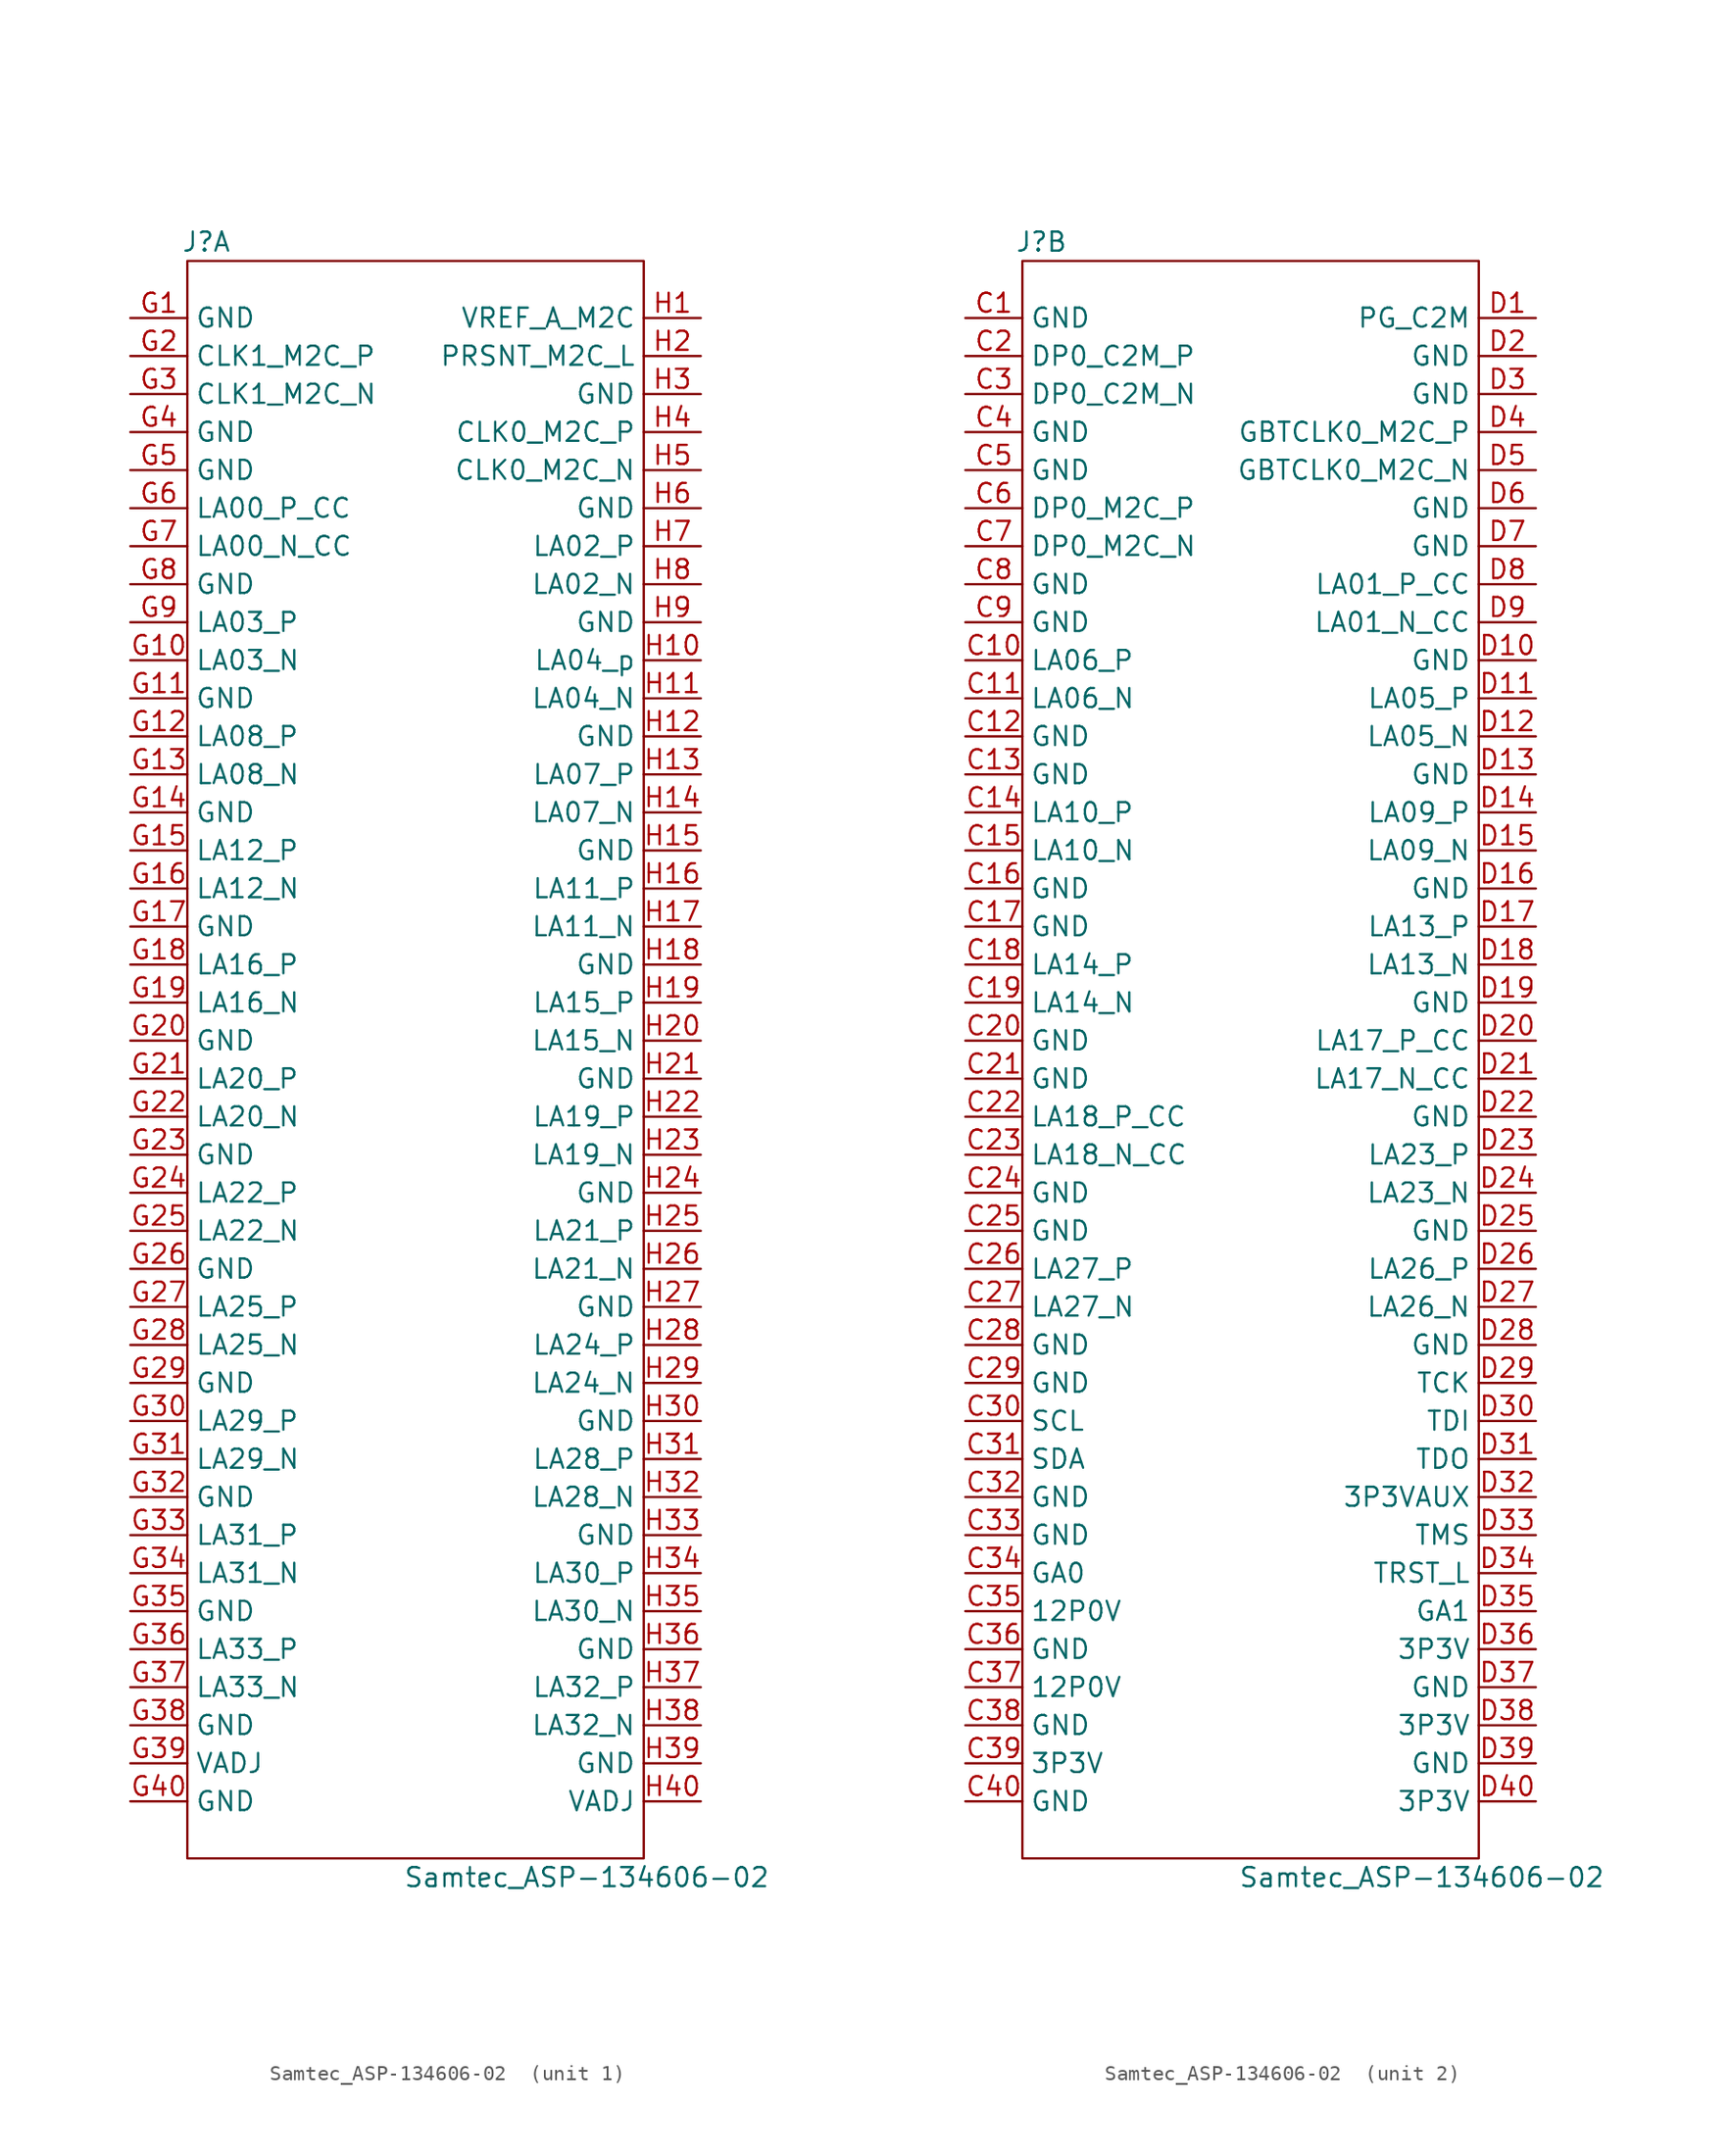
<source format=kicad_sym>
(kicad_symbol_lib
  (version 20211014)
  (generator kicad_symbol_editor)
  (symbol "Samtec_ASP-134606-02 "
    (property "Reference" "J"
      (at -13.97 54.61 0)
      (effects (font (size 1.27 1.27))))
    (property "Value" "Samtec_ASP-134606-02 "
      (at 11.43 -54.61 0)
      (effects (font (size 1.27 1.27))))
    (property "ki_locked" ""
      (at 0 0 0)
      (effects (font (size 1.27 1.27))))
    (symbol "Samtec_ASP-134606-02 _0_1"
      (rectangle (start -15.24 53.34) (end 15.24 -53.34) (stroke (width 0) (type default) (color 0 0 0 0)) (fill (type none))))
    (symbol "Samtec_ASP-134606-02 _1_1"
      (pin passive line (at -19.05 49.53 0) (length 3.81) (name "GND" (effects (font (size 1.27 1.27)))) (number "G1" (effects (font (size 1.27 1.27)))))
      (pin passive line (at -19.05 26.67 0) (length 3.81) (name "LA03_N" (effects (font (size 1.27 1.27)))) (number "G10" (effects (font (size 1.27 1.27)))))
      (pin passive line (at -19.05 24.13 0) (length 3.81) (name "GND" (effects (font (size 1.27 1.27)))) (number "G11" (effects (font (size 1.27 1.27)))))
      (pin passive line (at -19.05 21.59 0) (length 3.81) (name "LA08_P" (effects (font (size 1.27 1.27)))) (number "G12" (effects (font (size 1.27 1.27)))))
      (pin passive line (at -19.05 19.05 0) (length 3.81) (name "LA08_N" (effects (font (size 1.27 1.27)))) (number "G13" (effects (font (size 1.27 1.27)))))
      (pin passive line (at -19.05 16.51 0) (length 3.81) (name "GND" (effects (font (size 1.27 1.27)))) (number "G14" (effects (font (size 1.27 1.27)))))
      (pin passive line (at -19.05 13.97 0) (length 3.81) (name "LA12_P" (effects (font (size 1.27 1.27)))) (number "G15" (effects (font (size 1.27 1.27)))))
      (pin passive line (at -19.05 11.43 0) (length 3.81) (name "LA12_N" (effects (font (size 1.27 1.27)))) (number "G16" (effects (font (size 1.27 1.27)))))
      (pin passive line (at -19.05 8.89 0) (length 3.81) (name "GND" (effects (font (size 1.27 1.27)))) (number "G17" (effects (font (size 1.27 1.27)))))
      (pin passive line (at -19.05 6.35 0) (length 3.81) (name "LA16_P" (effects (font (size 1.27 1.27)))) (number "G18" (effects (font (size 1.27 1.27)))))
      (pin passive line (at -19.05 3.81 0) (length 3.81) (name "LA16_N" (effects (font (size 1.27 1.27)))) (number "G19" (effects (font (size 1.27 1.27)))))
      (pin output line (at -19.05 46.99 0) (length 3.81) (name "CLK1_M2C_P" (effects (font (size 1.27 1.27)))) (number "G2" (effects (font (size 1.27 1.27)))))
      (pin passive line (at -19.05 1.27 0) (length 3.81) (name "GND" (effects (font (size 1.27 1.27)))) (number "G20" (effects (font (size 1.27 1.27)))))
      (pin passive line (at -19.05 -1.27 0) (length 3.81) (name "LA20_P" (effects (font (size 1.27 1.27)))) (number "G21" (effects (font (size 1.27 1.27)))))
      (pin passive line (at -19.05 -3.81 0) (length 3.81) (name "LA20_N" (effects (font (size 1.27 1.27)))) (number "G22" (effects (font (size 1.27 1.27)))))
      (pin passive line (at -19.05 -6.35 0) (length 3.81) (name "GND" (effects (font (size 1.27 1.27)))) (number "G23" (effects (font (size 1.27 1.27)))))
      (pin passive line (at -19.05 -8.89 0) (length 3.81) (name "LA22_P" (effects (font (size 1.27 1.27)))) (number "G24" (effects (font (size 1.27 1.27)))))
      (pin passive line (at -19.05 -11.43 0) (length 3.81) (name "LA22_N" (effects (font (size 1.27 1.27)))) (number "G25" (effects (font (size 1.27 1.27)))))
      (pin passive line (at -19.05 -13.97 0) (length 3.81) (name "GND" (effects (font (size 1.27 1.27)))) (number "G26" (effects (font (size 1.27 1.27)))))
      (pin passive line (at -19.05 -16.51 0) (length 3.81) (name "LA25_P" (effects (font (size 1.27 1.27)))) (number "G27" (effects (font (size 1.27 1.27)))))
      (pin passive line (at -19.05 -19.05 0) (length 3.81) (name "LA25_N" (effects (font (size 1.27 1.27)))) (number "G28" (effects (font (size 1.27 1.27)))))
      (pin passive line (at -19.05 -21.59 0) (length 3.81) (name "GND" (effects (font (size 1.27 1.27)))) (number "G29" (effects (font (size 1.27 1.27)))))
      (pin output line (at -19.05 44.45 0) (length 3.81) (name "CLK1_M2C_N" (effects (font (size 1.27 1.27)))) (number "G3" (effects (font (size 1.27 1.27)))))
      (pin passive line (at -19.05 -24.13 0) (length 3.81) (name "LA29_P" (effects (font (size 1.27 1.27)))) (number "G30" (effects (font (size 1.27 1.27)))))
      (pin passive line (at -19.05 -26.67 0) (length 3.81) (name "LA29_N" (effects (font (size 1.27 1.27)))) (number "G31" (effects (font (size 1.27 1.27)))))
      (pin passive line (at -19.05 -29.21 0) (length 3.81) (name "GND" (effects (font (size 1.27 1.27)))) (number "G32" (effects (font (size 1.27 1.27)))))
      (pin passive line (at -19.05 -31.75 0) (length 3.81) (name "LA31_P" (effects (font (size 1.27 1.27)))) (number "G33" (effects (font (size 1.27 1.27)))))
      (pin passive line (at -19.05 -34.29 0) (length 3.81) (name "LA31_N" (effects (font (size 1.27 1.27)))) (number "G34" (effects (font (size 1.27 1.27)))))
      (pin passive line (at -19.05 -36.83 0) (length 3.81) (name "GND" (effects (font (size 1.27 1.27)))) (number "G35" (effects (font (size 1.27 1.27)))))
      (pin passive line (at -19.05 -39.37 0) (length 3.81) (name "LA33_P" (effects (font (size 1.27 1.27)))) (number "G36" (effects (font (size 1.27 1.27)))))
      (pin passive line (at -19.05 -41.91 0) (length 3.81) (name "LA33_N" (effects (font (size 1.27 1.27)))) (number "G37" (effects (font (size 1.27 1.27)))))
      (pin passive line (at -19.05 -44.45 0) (length 3.81) (name "GND" (effects (font (size 1.27 1.27)))) (number "G38" (effects (font (size 1.27 1.27)))))
      (pin passive line (at -19.05 -46.99 0) (length 3.81) (name "VADJ" (effects (font (size 1.27 1.27)))) (number "G39" (effects (font (size 1.27 1.27)))))
      (pin passive line (at -19.05 41.91 0) (length 3.81) (name "GND" (effects (font (size 1.27 1.27)))) (number "G4" (effects (font (size 1.27 1.27)))))
      (pin passive line (at -19.05 -49.53 0) (length 3.81) (name "GND" (effects (font (size 1.27 1.27)))) (number "G40" (effects (font (size 1.27 1.27)))))
      (pin passive line (at -19.05 39.37 0) (length 3.81) (name "GND" (effects (font (size 1.27 1.27)))) (number "G5" (effects (font (size 1.27 1.27)))))
      (pin passive line (at -19.05 36.83 0) (length 3.81) (name "LA00_P_CC" (effects (font (size 1.27 1.27)))) (number "G6" (effects (font (size 1.27 1.27)))))
      (pin passive line (at -19.05 34.29 0) (length 3.81) (name "LA00_N_CC" (effects (font (size 1.27 1.27)))) (number "G7" (effects (font (size 1.27 1.27)))))
      (pin passive line (at -19.05 31.75 0) (length 3.81) (name "GND" (effects (font (size 1.27 1.27)))) (number "G8" (effects (font (size 1.27 1.27)))))
      (pin passive line (at -19.05 29.21 0) (length 3.81) (name "LA03_P" (effects (font (size 1.27 1.27)))) (number "G9" (effects (font (size 1.27 1.27)))))
      (pin passive line (at 19.05 49.53 180) (length 3.81) (name "VREF_A_M2C" (effects (font (size 1.27 1.27)))) (number "H1" (effects (font (size 1.27 1.27)))))
      (pin passive line (at 19.05 26.67 180) (length 3.81) (name "LA04_p" (effects (font (size 1.27 1.27)))) (number "H10" (effects (font (size 1.27 1.27)))))
      (pin passive line (at 19.05 24.13 180) (length 3.81) (name "LA04_N" (effects (font (size 1.27 1.27)))) (number "H11" (effects (font (size 1.27 1.27)))))
      (pin passive line (at 19.05 21.59 180) (length 3.81) (name "GND" (effects (font (size 1.27 1.27)))) (number "H12" (effects (font (size 1.27 1.27)))))
      (pin passive line (at 19.05 19.05 180) (length 3.81) (name "LA07_P" (effects (font (size 1.27 1.27)))) (number "H13" (effects (font (size 1.27 1.27)))))
      (pin passive line (at 19.05 16.51 180) (length 3.81) (name "LA07_N" (effects (font (size 1.27 1.27)))) (number "H14" (effects (font (size 1.27 1.27)))))
      (pin passive line (at 19.05 13.97 180) (length 3.81) (name "GND" (effects (font (size 1.27 1.27)))) (number "H15" (effects (font (size 1.27 1.27)))))
      (pin passive line (at 19.05 11.43 180) (length 3.81) (name "LA11_P" (effects (font (size 1.27 1.27)))) (number "H16" (effects (font (size 1.27 1.27)))))
      (pin passive line (at 19.05 8.89 180) (length 3.81) (name "LA11_N" (effects (font (size 1.27 1.27)))) (number "H17" (effects (font (size 1.27 1.27)))))
      (pin passive line (at 19.05 6.35 180) (length 3.81) (name "GND" (effects (font (size 1.27 1.27)))) (number "H18" (effects (font (size 1.27 1.27)))))
      (pin passive line (at 19.05 3.81 180) (length 3.81) (name "LA15_P" (effects (font (size 1.27 1.27)))) (number "H19" (effects (font (size 1.27 1.27)))))
      (pin passive line (at 19.05 46.99 180) (length 3.81) (name "PRSNT_M2C_L" (effects (font (size 1.27 1.27)))) (number "H2" (effects (font (size 1.27 1.27)))))
      (pin passive line (at 19.05 1.27 180) (length 3.81) (name "LA15_N" (effects (font (size 1.27 1.27)))) (number "H20" (effects (font (size 1.27 1.27)))))
      (pin passive line (at 19.05 -1.27 180) (length 3.81) (name "GND" (effects (font (size 1.27 1.27)))) (number "H21" (effects (font (size 1.27 1.27)))))
      (pin passive line (at 19.05 -3.81 180) (length 3.81) (name "LA19_P" (effects (font (size 1.27 1.27)))) (number "H22" (effects (font (size 1.27 1.27)))))
      (pin passive line (at 19.05 -6.35 180) (length 3.81) (name "LA19_N" (effects (font (size 1.27 1.27)))) (number "H23" (effects (font (size 1.27 1.27)))))
      (pin passive line (at 19.05 -8.89 180) (length 3.81) (name "GND" (effects (font (size 1.27 1.27)))) (number "H24" (effects (font (size 1.27 1.27)))))
      (pin passive line (at 19.05 -11.43 180) (length 3.81) (name "LA21_P" (effects (font (size 1.27 1.27)))) (number "H25" (effects (font (size 1.27 1.27)))))
      (pin passive line (at 19.05 -13.97 180) (length 3.81) (name "LA21_N" (effects (font (size 1.27 1.27)))) (number "H26" (effects (font (size 1.27 1.27)))))
      (pin passive line (at 19.05 -16.51 180) (length 3.81) (name "GND" (effects (font (size 1.27 1.27)))) (number "H27" (effects (font (size 1.27 1.27)))))
      (pin passive line (at 19.05 -19.05 180) (length 3.81) (name "LA24_P" (effects (font (size 1.27 1.27)))) (number "H28" (effects (font (size 1.27 1.27)))))
      (pin passive line (at 19.05 -21.59 180) (length 3.81) (name "LA24_N" (effects (font (size 1.27 1.27)))) (number "H29" (effects (font (size 1.27 1.27)))))
      (pin passive line (at 19.05 44.45 180) (length 3.81) (name "GND" (effects (font (size 1.27 1.27)))) (number "H3" (effects (font (size 1.27 1.27)))))
      (pin passive line (at 19.05 -24.13 180) (length 3.81) (name "GND" (effects (font (size 1.27 1.27)))) (number "H30" (effects (font (size 1.27 1.27)))))
      (pin passive line (at 19.05 -26.67 180) (length 3.81) (name "LA28_P" (effects (font (size 1.27 1.27)))) (number "H31" (effects (font (size 1.27 1.27)))))
      (pin passive line (at 19.05 -29.21 180) (length 3.81) (name "LA28_N" (effects (font (size 1.27 1.27)))) (number "H32" (effects (font (size 1.27 1.27)))))
      (pin passive line (at 19.05 -31.75 180) (length 3.81) (name "GND" (effects (font (size 1.27 1.27)))) (number "H33" (effects (font (size 1.27 1.27)))))
      (pin passive line (at 19.05 -34.29 180) (length 3.81) (name "LA30_P" (effects (font (size 1.27 1.27)))) (number "H34" (effects (font (size 1.27 1.27)))))
      (pin passive line (at 19.05 -36.83 180) (length 3.81) (name "LA30_N" (effects (font (size 1.27 1.27)))) (number "H35" (effects (font (size 1.27 1.27)))))
      (pin passive line (at 19.05 -39.37 180) (length 3.81) (name "GND" (effects (font (size 1.27 1.27)))) (number "H36" (effects (font (size 1.27 1.27)))))
      (pin passive line (at 19.05 -41.91 180) (length 3.81) (name "LA32_P" (effects (font (size 1.27 1.27)))) (number "H37" (effects (font (size 1.27 1.27)))))
      (pin passive line (at 19.05 -44.45 180) (length 3.81) (name "LA32_N" (effects (font (size 1.27 1.27)))) (number "H38" (effects (font (size 1.27 1.27)))))
      (pin passive line (at 19.05 -46.99 180) (length 3.81) (name "GND" (effects (font (size 1.27 1.27)))) (number "H39" (effects (font (size 1.27 1.27)))))
      (pin output line (at 19.05 41.91 180) (length 3.81) (name "CLK0_M2C_P" (effects (font (size 1.27 1.27)))) (number "H4" (effects (font (size 1.27 1.27)))))
      (pin passive line (at 19.05 -49.53 180) (length 3.81) (name "VADJ" (effects (font (size 1.27 1.27)))) (number "H40" (effects (font (size 1.27 1.27)))))
      (pin output line (at 19.05 39.37 180) (length 3.81) (name "CLK0_M2C_N" (effects (font (size 1.27 1.27)))) (number "H5" (effects (font (size 1.27 1.27)))))
      (pin passive line (at 19.05 36.83 180) (length 3.81) (name "GND" (effects (font (size 1.27 1.27)))) (number "H6" (effects (font (size 1.27 1.27)))))
      (pin passive line (at 19.05 34.29 180) (length 3.81) (name "LA02_P" (effects (font (size 1.27 1.27)))) (number "H7" (effects (font (size 1.27 1.27)))))
      (pin passive line (at 19.05 31.75 180) (length 3.81) (name "LA02_N" (effects (font (size 1.27 1.27)))) (number "H8" (effects (font (size 1.27 1.27)))))
      (pin passive line (at 19.05 29.21 180) (length 3.81) (name "GND" (effects (font (size 1.27 1.27)))) (number "H9" (effects (font (size 1.27 1.27))))))
    (symbol "Samtec_ASP-134606-02 _2_1"
      (pin passive line (at -19.05 49.53 0) (length 3.81) (name "GND" (effects (font (size 1.27 1.27)))) (number "C1" (effects (font (size 1.27 1.27)))))
      (pin passive line (at -19.05 26.67 0) (length 3.81) (name "LA06_P" (effects (font (size 1.27 1.27)))) (number "C10" (effects (font (size 1.27 1.27)))))
      (pin passive line (at -19.05 24.13 0) (length 3.81) (name "LA06_N" (effects (font (size 1.27 1.27)))) (number "C11" (effects (font (size 1.27 1.27)))))
      (pin passive line (at -19.05 21.59 0) (length 3.81) (name "GND" (effects (font (size 1.27 1.27)))) (number "C12" (effects (font (size 1.27 1.27)))))
      (pin passive line (at -19.05 19.05 0) (length 3.81) (name "GND" (effects (font (size 1.27 1.27)))) (number "C13" (effects (font (size 1.27 1.27)))))
      (pin passive line (at -19.05 16.51 0) (length 3.81) (name "LA10_P" (effects (font (size 1.27 1.27)))) (number "C14" (effects (font (size 1.27 1.27)))))
      (pin passive line (at -19.05 13.97 0) (length 3.81) (name "LA10_N" (effects (font (size 1.27 1.27)))) (number "C15" (effects (font (size 1.27 1.27)))))
      (pin passive line (at -19.05 11.43 0) (length 3.81) (name "GND" (effects (font (size 1.27 1.27)))) (number "C16" (effects (font (size 1.27 1.27)))))
      (pin passive line (at -19.05 8.89 0) (length 3.81) (name "GND" (effects (font (size 1.27 1.27)))) (number "C17" (effects (font (size 1.27 1.27)))))
      (pin passive line (at -19.05 6.35 0) (length 3.81) (name "LA14_P" (effects (font (size 1.27 1.27)))) (number "C18" (effects (font (size 1.27 1.27)))))
      (pin passive line (at -19.05 3.81 0) (length 3.81) (name "LA14_N" (effects (font (size 1.27 1.27)))) (number "C19" (effects (font (size 1.27 1.27)))))
      (pin passive line (at -19.05 46.99 0) (length 3.81) (name "DP0_C2M_P" (effects (font (size 1.27 1.27)))) (number "C2" (effects (font (size 1.27 1.27)))))
      (pin passive line (at -19.05 1.27 0) (length 3.81) (name "GND" (effects (font (size 1.27 1.27)))) (number "C20" (effects (font (size 1.27 1.27)))))
      (pin passive line (at -19.05 -1.27 0) (length 3.81) (name "GND" (effects (font (size 1.27 1.27)))) (number "C21" (effects (font (size 1.27 1.27)))))
      (pin passive line (at -19.05 -3.81 0) (length 3.81) (name "LA18_P_CC" (effects (font (size 1.27 1.27)))) (number "C22" (effects (font (size 1.27 1.27)))))
      (pin passive line (at -19.05 -6.35 0) (length 3.81) (name "LA18_N_CC" (effects (font (size 1.27 1.27)))) (number "C23" (effects (font (size 1.27 1.27)))))
      (pin passive line (at -19.05 -8.89 0) (length 3.81) (name "GND" (effects (font (size 1.27 1.27)))) (number "C24" (effects (font (size 1.27 1.27)))))
      (pin passive line (at -19.05 -11.43 0) (length 3.81) (name "GND" (effects (font (size 1.27 1.27)))) (number "C25" (effects (font (size 1.27 1.27)))))
      (pin passive line (at -19.05 -13.97 0) (length 3.81) (name "LA27_P" (effects (font (size 1.27 1.27)))) (number "C26" (effects (font (size 1.27 1.27)))))
      (pin passive line (at -19.05 -16.51 0) (length 3.81) (name "LA27_N" (effects (font (size 1.27 1.27)))) (number "C27" (effects (font (size 1.27 1.27)))))
      (pin passive line (at -19.05 -19.05 0) (length 3.81) (name "GND" (effects (font (size 1.27 1.27)))) (number "C28" (effects (font (size 1.27 1.27)))))
      (pin passive line (at -19.05 -21.59 0) (length 3.81) (name "GND" (effects (font (size 1.27 1.27)))) (number "C29" (effects (font (size 1.27 1.27)))))
      (pin passive line (at -19.05 44.45 0) (length 3.81) (name "DP0_C2M_N" (effects (font (size 1.27 1.27)))) (number "C3" (effects (font (size 1.27 1.27)))))
      (pin passive line (at -19.05 -24.13 0) (length 3.81) (name "SCL" (effects (font (size 1.27 1.27)))) (number "C30" (effects (font (size 1.27 1.27)))))
      (pin passive line (at -19.05 -26.67 0) (length 3.81) (name "SDA" (effects (font (size 1.27 1.27)))) (number "C31" (effects (font (size 1.27 1.27)))))
      (pin passive line (at -19.05 -29.21 0) (length 3.81) (name "GND" (effects (font (size 1.27 1.27)))) (number "C32" (effects (font (size 1.27 1.27)))))
      (pin passive line (at -19.05 -31.75 0) (length 3.81) (name "GND" (effects (font (size 1.27 1.27)))) (number "C33" (effects (font (size 1.27 1.27)))))
      (pin passive line (at -19.05 -34.29 0) (length 3.81) (name "GA0" (effects (font (size 1.27 1.27)))) (number "C34" (effects (font (size 1.27 1.27)))))
      (pin passive line (at -19.05 -36.83 0) (length 3.81) (name "12P0V" (effects (font (size 1.27 1.27)))) (number "C35" (effects (font (size 1.27 1.27)))))
      (pin passive line (at -19.05 -39.37 0) (length 3.81) (name "GND" (effects (font (size 1.27 1.27)))) (number "C36" (effects (font (size 1.27 1.27)))))
      (pin passive line (at -19.05 -41.91 0) (length 3.81) (name "12P0V" (effects (font (size 1.27 1.27)))) (number "C37" (effects (font (size 1.27 1.27)))))
      (pin passive line (at -19.05 -44.45 0) (length 3.81) (name "GND" (effects (font (size 1.27 1.27)))) (number "C38" (effects (font (size 1.27 1.27)))))
      (pin passive line (at -19.05 -46.99 0) (length 3.81) (name "3P3V" (effects (font (size 1.27 1.27)))) (number "C39" (effects (font (size 1.27 1.27)))))
      (pin passive line (at -19.05 41.91 0) (length 3.81) (name "GND" (effects (font (size 1.27 1.27)))) (number "C4" (effects (font (size 1.27 1.27)))))
      (pin passive line (at -19.05 -49.53 0) (length 3.81) (name "GND" (effects (font (size 1.27 1.27)))) (number "C40" (effects (font (size 1.27 1.27)))))
      (pin passive line (at -19.05 39.37 0) (length 3.81) (name "GND" (effects (font (size 1.27 1.27)))) (number "C5" (effects (font (size 1.27 1.27)))))
      (pin passive line (at -19.05 36.83 0) (length 3.81) (name "DP0_M2C_P" (effects (font (size 1.27 1.27)))) (number "C6" (effects (font (size 1.27 1.27)))))
      (pin passive line (at -19.05 34.29 0) (length 3.81) (name "DP0_M2C_N" (effects (font (size 1.27 1.27)))) (number "C7" (effects (font (size 1.27 1.27)))))
      (pin passive line (at -19.05 31.75 0) (length 3.81) (name "GND" (effects (font (size 1.27 1.27)))) (number "C8" (effects (font (size 1.27 1.27)))))
      (pin passive line (at -19.05 29.21 0) (length 3.81) (name "GND" (effects (font (size 1.27 1.27)))) (number "C9" (effects (font (size 1.27 1.27)))))
      (pin passive line (at 19.05 49.53 180) (length 3.81) (name "PG_C2M" (effects (font (size 1.27 1.27)))) (number "D1" (effects (font (size 1.27 1.27)))))
      (pin passive line (at 19.05 26.67 180) (length 3.81) (name "GND" (effects (font (size 1.27 1.27)))) (number "D10" (effects (font (size 1.27 1.27)))))
      (pin passive line (at 19.05 24.13 180) (length 3.81) (name "LA05_P" (effects (font (size 1.27 1.27)))) (number "D11" (effects (font (size 1.27 1.27)))))
      (pin passive line (at 19.05 21.59 180) (length 3.81) (name "LA05_N" (effects (font (size 1.27 1.27)))) (number "D12" (effects (font (size 1.27 1.27)))))
      (pin passive line (at 19.05 19.05 180) (length 3.81) (name "GND" (effects (font (size 1.27 1.27)))) (number "D13" (effects (font (size 1.27 1.27)))))
      (pin passive line (at 19.05 16.51 180) (length 3.81) (name "LA09_P" (effects (font (size 1.27 1.27)))) (number "D14" (effects (font (size 1.27 1.27)))))
      (pin passive line (at 19.05 13.97 180) (length 3.81) (name "LA09_N" (effects (font (size 1.27 1.27)))) (number "D15" (effects (font (size 1.27 1.27)))))
      (pin passive line (at 19.05 11.43 180) (length 3.81) (name "GND" (effects (font (size 1.27 1.27)))) (number "D16" (effects (font (size 1.27 1.27)))))
      (pin passive line (at 19.05 8.89 180) (length 3.81) (name "LA13_P" (effects (font (size 1.27 1.27)))) (number "D17" (effects (font (size 1.27 1.27)))))
      (pin passive line (at 19.05 6.35 180) (length 3.81) (name "LA13_N" (effects (font (size 1.27 1.27)))) (number "D18" (effects (font (size 1.27 1.27)))))
      (pin passive line (at 19.05 3.81 180) (length 3.81) (name "GND" (effects (font (size 1.27 1.27)))) (number "D19" (effects (font (size 1.27 1.27)))))
      (pin passive line (at 19.05 46.99 180) (length 3.81) (name "GND" (effects (font (size 1.27 1.27)))) (number "D2" (effects (font (size 1.27 1.27)))))
      (pin passive line (at 19.05 1.27 180) (length 3.81) (name "LA17_P_CC" (effects (font (size 1.27 1.27)))) (number "D20" (effects (font (size 1.27 1.27)))))
      (pin passive line (at 19.05 -1.27 180) (length 3.81) (name "LA17_N_CC" (effects (font (size 1.27 1.27)))) (number "D21" (effects (font (size 1.27 1.27)))))
      (pin passive line (at 19.05 -3.81 180) (length 3.81) (name "GND" (effects (font (size 1.27 1.27)))) (number "D22" (effects (font (size 1.27 1.27)))))
      (pin passive line (at 19.05 -6.35 180) (length 3.81) (name "LA23_P" (effects (font (size 1.27 1.27)))) (number "D23" (effects (font (size 1.27 1.27)))))
      (pin passive line (at 19.05 -8.89 180) (length 3.81) (name "LA23_N" (effects (font (size 1.27 1.27)))) (number "D24" (effects (font (size 1.27 1.27)))))
      (pin passive line (at 19.05 -11.43 180) (length 3.81) (name "GND" (effects (font (size 1.27 1.27)))) (number "D25" (effects (font (size 1.27 1.27)))))
      (pin passive line (at 19.05 -13.97 180) (length 3.81) (name "LA26_P" (effects (font (size 1.27 1.27)))) (number "D26" (effects (font (size 1.27 1.27)))))
      (pin passive line (at 19.05 -16.51 180) (length 3.81) (name "LA26_N" (effects (font (size 1.27 1.27)))) (number "D27" (effects (font (size 1.27 1.27)))))
      (pin passive line (at 19.05 -19.05 180) (length 3.81) (name "GND" (effects (font (size 1.27 1.27)))) (number "D28" (effects (font (size 1.27 1.27)))))
      (pin passive line (at 19.05 -21.59 180) (length 3.81) (name "TCK" (effects (font (size 1.27 1.27)))) (number "D29" (effects (font (size 1.27 1.27)))))
      (pin passive line (at 19.05 44.45 180) (length 3.81) (name "GND" (effects (font (size 1.27 1.27)))) (number "D3" (effects (font (size 1.27 1.27)))))
      (pin passive line (at 19.05 -24.13 180) (length 3.81) (name "TDI" (effects (font (size 1.27 1.27)))) (number "D30" (effects (font (size 1.27 1.27)))))
      (pin passive line (at 19.05 -26.67 180) (length 3.81) (name "TDO" (effects (font (size 1.27 1.27)))) (number "D31" (effects (font (size 1.27 1.27)))))
      (pin passive line (at 19.05 -29.21 180) (length 3.81) (name "3P3VAUX" (effects (font (size 1.27 1.27)))) (number "D32" (effects (font (size 1.27 1.27)))))
      (pin passive line (at 19.05 -31.75 180) (length 3.81) (name "TMS" (effects (font (size 1.27 1.27)))) (number "D33" (effects (font (size 1.27 1.27)))))
      (pin passive line (at 19.05 -34.29 180) (length 3.81) (name "TRST_L" (effects (font (size 1.27 1.27)))) (number "D34" (effects (font (size 1.27 1.27)))))
      (pin passive line (at 19.05 -36.83 180) (length 3.81) (name "GA1" (effects (font (size 1.27 1.27)))) (number "D35" (effects (font (size 1.27 1.27)))))
      (pin passive line (at 19.05 -39.37 180) (length 3.81) (name "3P3V" (effects (font (size 1.27 1.27)))) (number "D36" (effects (font (size 1.27 1.27)))))
      (pin passive line (at 19.05 -41.91 180) (length 3.81) (name "GND" (effects (font (size 1.27 1.27)))) (number "D37" (effects (font (size 1.27 1.27)))))
      (pin passive line (at 19.05 -44.45 180) (length 3.81) (name "3P3V" (effects (font (size 1.27 1.27)))) (number "D38" (effects (font (size 1.27 1.27)))))
      (pin passive line (at 19.05 -46.99 180) (length 3.81) (name "GND" (effects (font (size 1.27 1.27)))) (number "D39" (effects (font (size 1.27 1.27)))))
      (pin passive line (at 19.05 41.91 180) (length 3.81) (name "GBTCLK0_M2C_P" (effects (font (size 1.27 1.27)))) (number "D4" (effects (font (size 1.27 1.27)))))
      (pin passive line (at 19.05 -49.53 180) (length 3.81) (name "3P3V" (effects (font (size 1.27 1.27)))) (number "D40" (effects (font (size 1.27 1.27)))))
      (pin passive line (at 19.05 39.37 180) (length 3.81) (name "GBTCLK0_M2C_N" (effects (font (size 1.27 1.27)))) (number "D5" (effects (font (size 1.27 1.27)))))
      (pin passive line (at 19.05 36.83 180) (length 3.81) (name "GND" (effects (font (size 1.27 1.27)))) (number "D6" (effects (font (size 1.27 1.27)))))
      (pin passive line (at 19.05 34.29 180) (length 3.81) (name "GND" (effects (font (size 1.27 1.27)))) (number "D7" (effects (font (size 1.27 1.27)))))
      (pin passive line (at 19.05 31.75 180) (length 3.81) (name "LA01_P_CC" (effects (font (size 1.27 1.27)))) (number "D8" (effects (font (size 1.27 1.27)))))
      (pin passive line (at 19.05 29.21 180) (length 3.81) (name "LA01_N_CC" (effects (font (size 1.27 1.27)))) (number "D9" (effects (font (size 1.27 1.27))))))))
</source>
